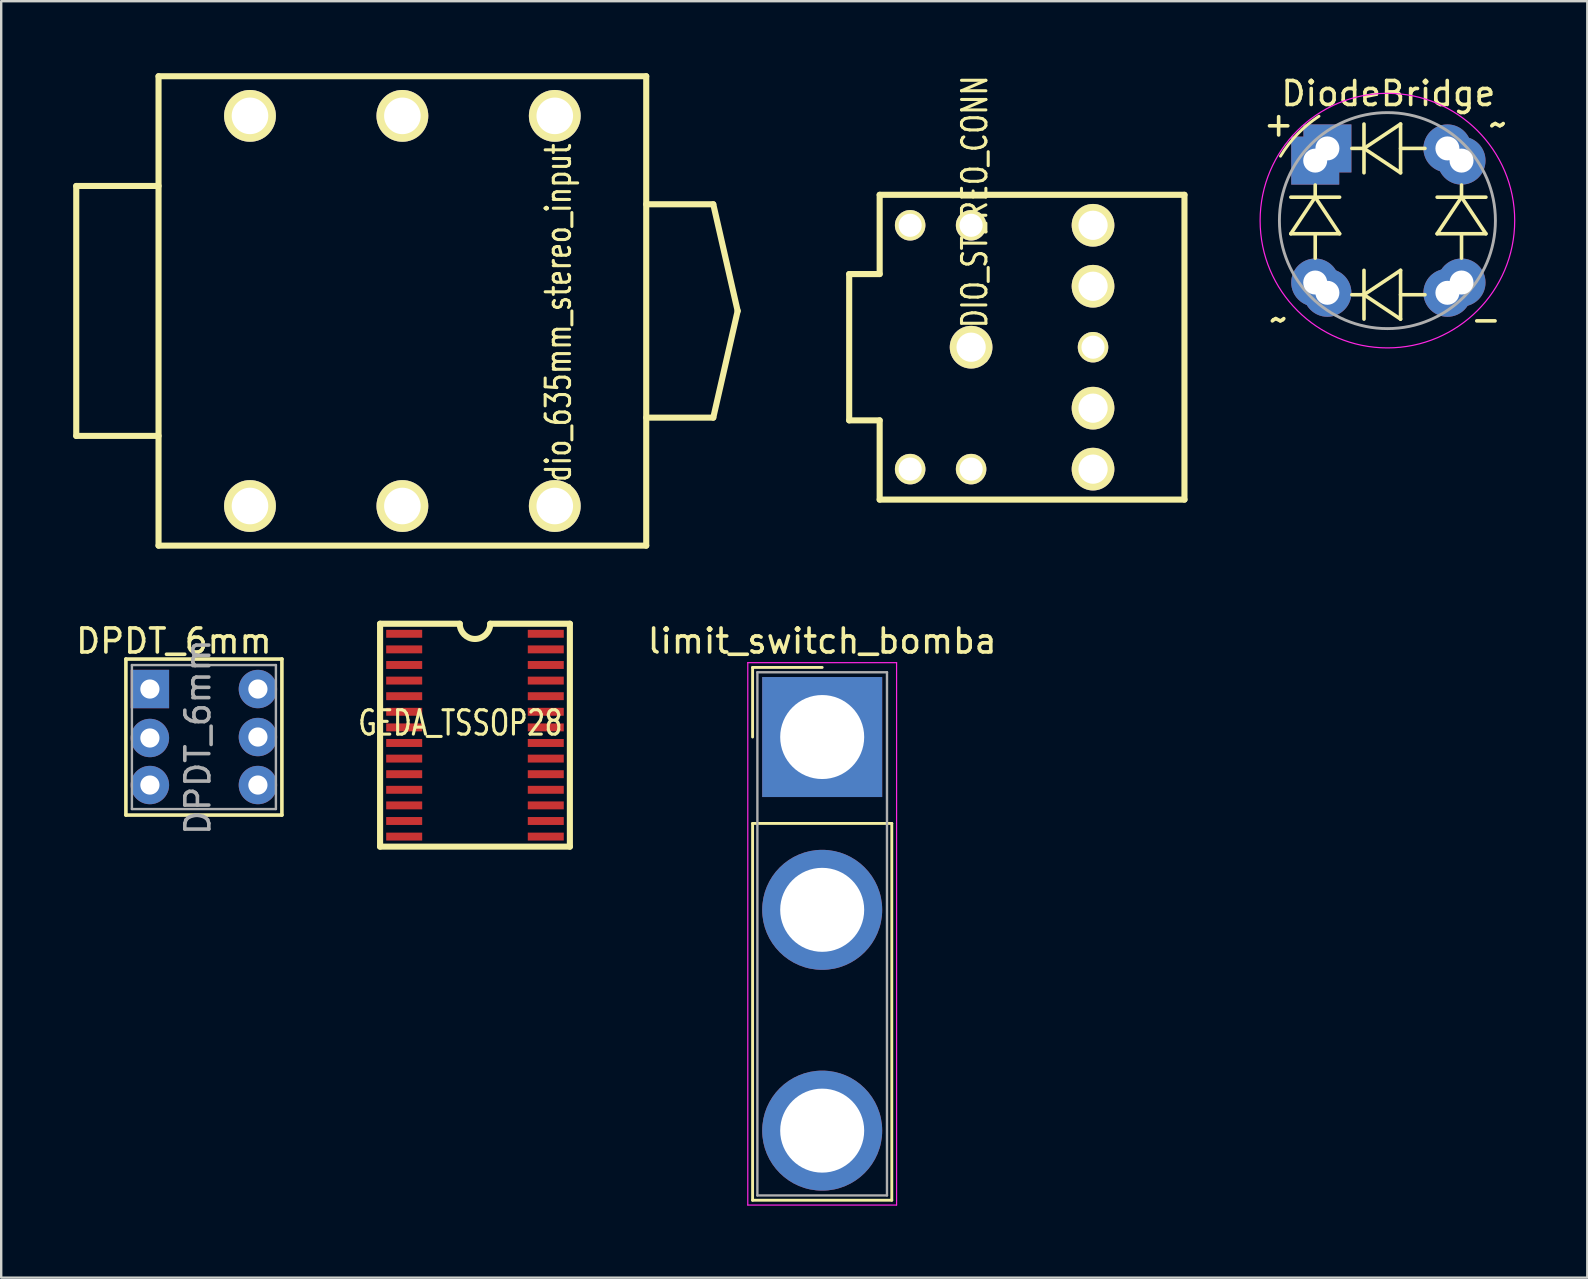
<source format=kicad_pcb>
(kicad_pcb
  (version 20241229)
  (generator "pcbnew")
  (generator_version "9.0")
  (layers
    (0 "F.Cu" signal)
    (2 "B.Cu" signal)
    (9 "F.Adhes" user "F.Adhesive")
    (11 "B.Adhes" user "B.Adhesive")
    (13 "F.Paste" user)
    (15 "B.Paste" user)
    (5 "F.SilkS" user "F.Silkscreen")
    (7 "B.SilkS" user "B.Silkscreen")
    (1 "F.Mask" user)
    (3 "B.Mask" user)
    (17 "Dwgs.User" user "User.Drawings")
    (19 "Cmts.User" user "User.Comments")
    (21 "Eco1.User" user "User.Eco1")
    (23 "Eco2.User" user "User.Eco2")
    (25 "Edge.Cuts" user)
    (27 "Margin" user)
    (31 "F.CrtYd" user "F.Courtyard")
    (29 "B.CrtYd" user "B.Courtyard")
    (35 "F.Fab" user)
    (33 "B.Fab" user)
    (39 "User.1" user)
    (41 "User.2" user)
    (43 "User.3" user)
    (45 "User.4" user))
  (footprint "limit_switch_bomba"
    (layer "F.Cu")
    (at 31.208 27.66)
    (property "Reference" "limit_switch_bomba" (at 0 -4 0) (layer "F.SilkS") (effects (font (size 1 1) (thickness 0.15))))
    (attr through_hole)
    (fp_line (start -2.9 -2.9) (end 0 -2.9) (stroke (width 0.12) (type solid)) (layer "F.SilkS"))
    (fp_line (start -2.9 0) (end -2.9 -2.9) (stroke (width 0.12) (type solid)) (layer "F.SilkS"))
    (fp_line (start -2.9 3.6) (end -2.9 19.3) (stroke (width 0.12) (type solid)) (layer "F.SilkS"))
    (fp_line (start -2.9 19.3) (end 2.9 19.3) (stroke (width 0.12) (type solid)) (layer "F.SilkS"))
    (fp_line (start 2.9 3.6) (end -2.9 3.6) (stroke (width 0.12) (type solid)) (layer "F.SilkS"))
    (fp_line (start 2.9 19.3) (end 2.9 3.6) (stroke (width 0.12) (type solid)) (layer "F.SilkS"))
    (fp_line (start -3.1 -3.1) (end -3.1 19.5) (stroke (width 0.05) (type solid)) (layer "F.CrtYd"))
    (fp_line (start -3.1 19.5) (end 3.1 19.5) (stroke (width 0.05) (type solid)) (layer "F.CrtYd"))
    (fp_line (start 3.1 -3.1) (end -3.1 -3.1) (stroke (width 0.05) (type solid)) (layer "F.CrtYd"))
    (fp_line (start 3.1 19.5) (end 3.1 -3.1) (stroke (width 0.05) (type solid)) (layer "F.CrtYd"))
    (fp_line (start -2.7 -2.7) (end -2.7 19.1) (stroke (width 0.1) (type solid)) (layer "F.Fab"))
    (fp_line (start -2.7 19.1) (end 2.7 19.1) (stroke (width 0.1) (type solid)) (layer "F.Fab"))
    (fp_line (start 2.7 -2.7) (end -2.7 -2.7) (stroke (width 0.1) (type solid)) (layer "F.Fab"))
    (fp_line (start 2.7 19.1) (end 2.7 -2.7) (stroke (width 0.1) (type solid)) (layer "F.Fab"))
    (pad "1" thru_hole oval (at 0 16.4) (size 5 5) (drill 3.5) (layers "*.Cu" "*.Mask"))
    (pad "2" thru_hole rect (at 0 0) (size 5 5) (drill 3.5) (layers "*.Cu" "*.Mask"))
    (pad "3" thru_hole oval (at 0 7.2) (size 5 5) (drill 3.5) (layers "*.Cu" "*.Mask")))
  (footprint "DiodeBridge"
    (layer "F.Cu")
    (at 52.259 3.642)
    (property "Reference" "DiodeBridge" (at 2.54 -2.794 0) (layer "F.SilkS") (effects (font (size 1 1) (thickness 0.15))))
    (attr through_hole)
    (fp_line (start -1.524 1.524) (end 0.508 1.524) (stroke (width 0.15) (type solid)) (layer "F.SilkS"))
    (fp_line (start -1.524 3.048) (end 0.508 3.048) (stroke (width 0.15) (type solid)) (layer "F.SilkS"))
    (fp_line (start -0.508 1.524) (end -1.524 3.048) (stroke (width 0.15) (type solid)) (layer "F.SilkS"))
    (fp_line (start -0.508 1.524) (end -0.508 1.016) (stroke (width 0.15) (type solid)) (layer "F.SilkS"))
    (fp_line (start -0.508 3.048) (end -0.508 4.064) (stroke (width 0.15) (type solid)) (layer "F.SilkS"))
    (fp_line (start 0.508 3.048) (end -0.508 1.524) (stroke (width 0.15) (type solid)) (layer "F.SilkS"))
    (fp_line (start 1.524 -0.508) (end 1.016 -0.508) (stroke (width 0.15) (type solid)) (layer "F.SilkS"))
    (fp_line (start 1.524 -0.508) (end 3.048 0.508) (stroke (width 0.15) (type solid)) (layer "F.SilkS"))
    (fp_line (start 1.524 0.508) (end 1.524 -1.524) (stroke (width 0.15) (type solid)) (layer "F.SilkS"))
    (fp_line (start 1.524 5.588) (end 1.016 5.588) (stroke (width 0.15) (type solid)) (layer "F.SilkS"))
    (fp_line (start 1.524 5.588) (end 3.048 6.604) (stroke (width 0.15) (type solid)) (layer "F.SilkS"))
    (fp_line (start 1.524 6.604) (end 1.524 4.572) (stroke (width 0.15) (type solid)) (layer "F.SilkS"))
    (fp_line (start 3.048 -1.524) (end 1.524 -0.508) (stroke (width 0.15) (type solid)) (layer "F.SilkS"))
    (fp_line (start 3.048 -0.508) (end 4.064 -0.508) (stroke (width 0.15) (type solid)) (layer "F.SilkS"))
    (fp_line (start 3.048 0.508) (end 3.048 -1.524) (stroke (width 0.15) (type solid)) (layer "F.SilkS"))
    (fp_line (start 3.048 4.572) (end 1.524 5.588) (stroke (width 0.15) (type solid)) (layer "F.SilkS"))
    (fp_line (start 3.048 5.588) (end 4.064 5.588) (stroke (width 0.15) (type solid)) (layer "F.SilkS"))
    (fp_line (start 3.048 6.604) (end 3.048 4.572) (stroke (width 0.15) (type solid)) (layer "F.SilkS"))
    (fp_line (start 4.572 1.524) (end 6.604 1.524) (stroke (width 0.15) (type solid)) (layer "F.SilkS"))
    (fp_line (start 4.572 3.048) (end 6.604 3.048) (stroke (width 0.15) (type solid)) (layer "F.SilkS"))
    (fp_line (start 5.588 1.524) (end 4.572 3.048) (stroke (width 0.15) (type solid)) (layer "F.SilkS"))
    (fp_line (start 5.588 1.524) (end 5.588 1.016) (stroke (width 0.15) (type solid)) (layer "F.SilkS"))
    (fp_line (start 5.588 3.048) (end 5.588 4.064) (stroke (width 0.15) (type solid)) (layer "F.SilkS"))
    (fp_line (start 6.604 3.048) (end 5.588 1.524) (stroke (width 0.15) (type solid)) (layer "F.SilkS"))
    (fp_arc (start -1.954487 -0.183757) (mid -1.246061 -1.107219) (end -0.35 -1.85) (stroke (width 0.12) (type solid)) (layer "F.SilkS"))
    (fp_circle (center 2.5 2.5) (end -1.3 -1.2) (stroke (width 0.05) (type solid)) (fill no) (layer "F.CrtYd"))
    (fp_arc (start -2 2.5) (mid 7 2.5) (end -2 2.5) (stroke (width 0.12) (type solid)) (layer "F.Fab"))
    (fp_text user "+" (at -2.032 -1.524 0) (layer "F.SilkS") (effects (font (size 1 1) (thickness 0.15))))
    (fp_text user "-" (at 6.604 6.604 0) (layer "F.SilkS") (effects (font (size 1 1) (thickness 0.15))))
    (fp_text user "~" (at -2.032 6.604 0) (layer "F.SilkS") (effects (font (size 1 1) (thickness 0.15))))
    (fp_text user "~" (at 7.112 -1.524 0) (layer "F.SilkS") (effects (font (size 1 1) (thickness 0.15))))
    (pad "1" thru_hole rect (at -0.508 0) (size 2 2) (drill 1) (layers "*.Cu" "*.Mask"))
    (pad "1" thru_hole rect (at 0 -0.508) (size 2 2) (drill 1) (layers "*.Cu" "*.Mask"))
    (pad "2" thru_hole oval (at -0.508 5.08) (size 2 2) (drill 1) (layers "*.Cu" "*.Mask"))
    (pad "2" thru_hole oval (at 0 5.508) (size 2 2) (drill 1) (layers "*.Cu" "*.Mask"))
    (pad "3" thru_hole oval (at 5 5.508) (size 2 2) (drill 1) (layers "*.Cu" "*.Mask"))
    (pad "3" thru_hole oval (at 5.588 5.08) (size 2 2) (drill 1) (layers "*.Cu" "*.Mask"))
    (pad "4" thru_hole oval (at 5 -0.508) (size 2 2) (drill 1) (layers "*.Cu" "*.Mask"))
    (pad "4" thru_hole oval (at 5.588 0) (size 2 2) (drill 1) (layers "*.Cu" "*.Mask")))
  (footprint "AUDIO_STEREO_CONN"
    (layer "F.Cu")
    (at 31.063 5.067)
    (property "Reference" "AUDIO_STEREO_CONN" (at 6.502 1.016 90) (layer "F.SilkS") (effects (font (size 1.016 0.762) (thickness 0.127))))
    (attr through_hole)
    (fp_line (start 1.27 3.302) (end 1.27 9.398) (stroke (width 0.254) (type solid)) (layer "F.SilkS"))
    (fp_line (start 1.27 9.398) (end 2.54 9.398) (stroke (width 0.254) (type solid)) (layer "F.SilkS"))
    (fp_line (start 2.54 0) (end 2.54 3.302) (stroke (width 0.254) (type solid)) (layer "F.SilkS"))
    (fp_line (start 2.54 3.302) (end 1.27 3.302) (stroke (width 0.254) (type solid)) (layer "F.SilkS"))
    (fp_line (start 2.54 9.398) (end 2.54 12.7) (stroke (width 0.254) (type solid)) (layer "F.SilkS"))
    (fp_line (start 2.54 12.7) (end 15.24 12.7) (stroke (width 0.254) (type solid)) (layer "F.SilkS"))
    (fp_line (start 15.24 0) (end 2.54 0) (stroke (width 0.254) (type solid)) (layer "F.SilkS"))
    (fp_line (start 15.24 12.7) (end 15.24 0) (stroke (width 0.254) (type solid)) (layer "F.SilkS"))
    (pad "1" thru_hole circle (at 6.35 6.35) (size 1.778 1.778) (drill 1.219) (layers "*.Cu" "*.Mask" "F.SilkS"))
    (pad "2" thru_hole circle (at 11.43 11.43) (size 1.778 1.778) (drill 1.219) (layers "*.Cu" "*.Mask" "F.SilkS"))
    (pad "3" thru_hole circle (at 11.43 1.27) (size 1.778 1.778) (drill 1.219) (layers "*.Cu" "*.Mask" "F.SilkS"))
    (pad "4" thru_hole circle (at 11.43 8.89) (size 1.778 1.778) (drill 1.219) (layers "*.Cu" "*.Mask" "F.SilkS"))
    (pad "5" thru_hole circle (at 11.43 3.81) (size 1.778 1.778) (drill 1.219) (layers "*.Cu" "*.Mask" "F.SilkS"))
    (pad "a1" thru_hole circle (at 6.35 1.27) (size 1.27 1.27) (drill 0.965) (layers "*.Cu" "*.Mask" "F.SilkS"))
    (pad "a2" thru_hole circle (at 6.35 11.43) (size 1.27 1.27) (drill 0.965) (layers "*.Cu" "*.Mask" "F.SilkS"))
    (pad "a3" thru_hole circle (at 3.81 1.27) (size 1.27 1.27) (drill 0.965) (layers "*.Cu" "*.Mask" "F.SilkS"))
    (pad "a4" thru_hole circle (at 3.81 11.43) (size 1.27 1.27) (drill 0.965) (layers "*.Cu" "*.Mask" "F.SilkS"))
    (pad "a5" thru_hole circle (at 11.43 6.35) (size 1.27 1.27) (drill 0.965) (layers "*.Cu" "*.Mask" "F.SilkS")))
  (footprint "GEDA_TSSOP28"
    (layer "F.Cu")
    (at 16.741 27.583)
    (property "Reference" "GEDA_TSSOP28" (at -0.61 -0.508 0) (layer "F.SilkS") (effects (font (size 1.016 0.762) (thickness 0.127))))
    (attr through_hole)
    (fp_line (start -3.954 -4.644) (end -3.954 4.644) (stroke (width 0.254) (type solid)) (layer "F.SilkS"))
    (fp_line (start -3.954 -4.644) (end -0.635 -4.644) (stroke (width 0.254) (type solid)) (layer "F.SilkS"))
    (fp_line (start -3.954 4.644) (end 3.954 4.644) (stroke (width 0.254) (type solid)) (layer "F.SilkS"))
    (fp_line (start 3.954 -4.644) (end 0.635 -4.644) (stroke (width 0.254) (type solid)) (layer "F.SilkS"))
    (fp_line (start 3.954 4.644) (end 3.954 -4.644) (stroke (width 0.254) (type solid)) (layer "F.SilkS"))
    (fp_arc (start 0.635 -4.643882) (mid 0 -4.008882) (end -0.635 -4.643882) (stroke (width 0.254) (type solid)) (layer "F.SilkS"))
    (pad "1" smd rect (at -2.95 -4.225) (size 1.5 0.33) (layers "F.Cu" "F.Mask" "F.Paste"))
    (pad "2" smd rect (at -2.95 -3.575) (size 1.5 0.33) (layers "F.Cu" "F.Mask" "F.Paste"))
    (pad "3" smd rect (at -2.95 -2.925) (size 1.5 0.33) (layers "F.Cu" "F.Mask" "F.Paste"))
    (pad "4" smd rect (at -2.95 -2.275) (size 1.5 0.33) (layers "F.Cu" "F.Mask" "F.Paste"))
    (pad "5" smd rect (at -2.95 -1.625) (size 1.5 0.33) (layers "F.Cu" "F.Mask" "F.Paste"))
    (pad "6" smd rect (at -2.95 -0.975) (size 1.5 0.33) (layers "F.Cu" "F.Mask" "F.Paste"))
    (pad "7" smd rect (at -2.95 -0.325) (size 1.5 0.33) (layers "F.Cu" "F.Mask" "F.Paste"))
    (pad "8" smd rect (at -2.95 0.325) (size 1.5 0.33) (layers "F.Cu" "F.Mask" "F.Paste"))
    (pad "9" smd rect (at -2.95 0.975) (size 1.5 0.33) (layers "F.Cu" "F.Mask" "F.Paste"))
    (pad "10" smd rect (at -2.95 1.625) (size 1.5 0.33) (layers "F.Cu" "F.Mask" "F.Paste"))
    (pad "11" smd rect (at -2.95 2.275) (size 1.5 0.33) (layers "F.Cu" "F.Mask" "F.Paste"))
    (pad "12" smd rect (at -2.95 2.925) (size 1.5 0.33) (layers "F.Cu" "F.Mask" "F.Paste"))
    (pad "13" smd rect (at -2.95 3.575) (size 1.5 0.33) (layers "F.Cu" "F.Mask" "F.Paste"))
    (pad "14" smd rect (at -2.95 4.225) (size 1.5 0.33) (layers "F.Cu" "F.Mask" "F.Paste"))
    (pad "15" smd rect (at 2.95 4.225 180) (size 1.5 0.33) (layers "F.Cu" "F.Mask" "F.Paste"))
    (pad "16" smd rect (at 2.95 3.575 180) (size 1.5 0.33) (layers "F.Cu" "F.Mask" "F.Paste"))
    (pad "17" smd rect (at 2.95 2.925 180) (size 1.5 0.33) (layers "F.Cu" "F.Mask" "F.Paste"))
    (pad "18" smd rect (at 2.95 2.275 180) (size 1.5 0.33) (layers "F.Cu" "F.Mask" "F.Paste"))
    (pad "19" smd rect (at 2.95 1.625 180) (size 1.5 0.33) (layers "F.Cu" "F.Mask" "F.Paste"))
    (pad "20" smd rect (at 2.95 0.975 180) (size 1.5 0.33) (layers "F.Cu" "F.Mask" "F.Paste"))
    (pad "21" smd rect (at 2.95 0.325 180) (size 1.5 0.33) (layers "F.Cu" "F.Mask" "F.Paste"))
    (pad "22" smd rect (at 2.95 -0.325 180) (size 1.5 0.33) (layers "F.Cu" "F.Mask" "F.Paste"))
    (pad "23" smd rect (at 2.95 -0.975 180) (size 1.5 0.33) (layers "F.Cu" "F.Mask" "F.Paste"))
    (pad "24" smd rect (at 2.95 -1.625 180) (size 1.5 0.33) (layers "F.Cu" "F.Mask" "F.Paste"))
    (pad "25" smd rect (at 2.95 -2.275 180) (size 1.5 0.33) (layers "F.Cu" "F.Mask" "F.Paste"))
    (pad "26" smd rect (at 2.95 -2.925 180) (size 1.5 0.33) (layers "F.Cu" "F.Mask" "F.Paste"))
    (pad "27" smd rect (at 2.95 -3.575 180) (size 1.5 0.33) (layers "F.Cu" "F.Mask" "F.Paste"))
    (pad "28" smd rect (at 2.95 -4.225 180) (size 1.5 0.33) (layers "F.Cu" "F.Mask" "F.Paste")))
  (footprint "DPDT_6mm"
    (layer "F.Cu")
    (at 3.196 25.66)
    (property "Reference" "DPDT_6mm" (at 1 -2 0) (layer "F.SilkS") (effects (font (size 1 1) (thickness 0.15))))
    (attr through_hole)
    (fp_line (start -1 -1.25) (end 5.5 -1.25) (stroke (width 0.15) (type solid)) (layer "F.SilkS"))
    (fp_line (start -1 5.25) (end -1 -1.25) (stroke (width 0.15) (type solid)) (layer "F.SilkS"))
    (fp_line (start 5.5 -1.25) (end 5.5 5.25) (stroke (width 0.15) (type solid)) (layer "F.SilkS"))
    (fp_line (start 5.5 5.25) (end -1 5.25) (stroke (width 0.15) (type solid)) (layer "F.SilkS"))
    (fp_line (start -0.75 -1) (end 5.25 -1) (stroke (width 0.1) (type solid)) (layer "F.Fab"))
    (fp_line (start -0.75 5) (end -0.75 -1) (stroke (width 0.1) (type solid)) (layer "F.Fab"))
    (fp_line (start -0.75 5) (end 5.25 5) (stroke (width 0.1) (type solid)) (layer "F.Fab"))
    (fp_line (start 5.25 -1) (end 5.25 5) (stroke (width 0.1) (type solid)) (layer "F.Fab"))
    (fp_text user "${REFERENCE}" (at 2 2 90) (layer "F.Fab") (effects (font (size 1 1) (thickness 0.15))))
    (pad "1" thru_hole rect (at 0 0) (size 1.6 1.6) (drill 0.8) (layers "*.Cu" "*.Mask"))
    (pad "2" thru_hole oval (at 0 2.04) (size 1.6 1.6) (drill 0.8) (layers "*.Cu" "*.Mask"))
    (pad "3" thru_hole oval (at 0 4) (size 1.6 1.6) (drill 0.8) (layers "*.Cu" "*.Mask"))
    (pad "4" thru_hole oval (at 4.5 4) (size 1.6 1.6) (drill 0.8) (layers "*.Cu" "*.Mask"))
    (pad "5" thru_hole oval (at 4.5 2) (size 1.6 1.6) (drill 0.8) (layers "*.Cu" "*.Mask"))
    (pad "6" thru_hole oval (at 4.5 0) (size 1.6 1.6) (drill 0.8) (layers "*.Cu" "*.Mask")))
  (footprint "audio_635mm_stereo_input"
    (layer "F.Cu")
    (at 13.716 9.652)
    (property "Reference" "audio_635mm_stereo_input" (at 6.502 1.016 90) (layer "F.SilkS") (effects (font (size 1.016 0.762) (thickness 0.127))))
    (attr through_hole)
    (fp_line (start -13.589 -4.953) (end -13.589 5.461) (stroke (width 0.254) (type solid)) (layer "F.SilkS"))
    (fp_line (start -13.589 5.461) (end -10.16 5.461) (stroke (width 0.254) (type solid)) (layer "F.SilkS"))
    (fp_line (start -10.16 -9.525) (end -10.16 10.033) (stroke (width 0.254) (type solid)) (layer "F.SilkS"))
    (fp_line (start -10.16 -4.953) (end -13.589 -4.953) (stroke (width 0.254) (type solid)) (layer "F.SilkS"))
    (fp_line (start -10.16 10.033) (end 10.16 10.033) (stroke (width 0.254) (type solid)) (layer "F.SilkS"))
    (fp_line (start 10.16 -9.525) (end -10.16 -9.525) (stroke (width 0.254) (type solid)) (layer "F.SilkS"))
    (fp_line (start 10.16 4.699) (end 12.954 4.699) (stroke (width 0.254) (type solid)) (layer "F.SilkS"))
    (fp_line (start 10.16 10.033) (end 10.16 -9.525) (stroke (width 0.254) (type solid)) (layer "F.SilkS"))
    (fp_line (start 12.954 -4.191) (end 10.16 -4.191) (stroke (width 0.254) (type solid)) (layer "F.SilkS"))
    (fp_line (start 12.954 4.699) (end 13.97 0.254) (stroke (width 0.254) (type solid)) (layer "F.SilkS"))
    (fp_line (start 13.97 0.254) (end 12.954 -4.191) (stroke (width 0.254) (type solid)) (layer "F.SilkS"))
    (pad "1" thru_hole circle (at -6.35 8.382) (size 2.159 2.159) (drill 1.524) (layers "*.Cu" "*.Mask" "F.SilkS"))
    (pad "2" thru_hole circle (at 6.35 8.382) (size 2.159 2.159) (drill 1.524) (layers "*.Cu" "*.Mask" "F.SilkS"))
    (pad "3" thru_hole circle (at 0 8.382) (size 2.159 2.159) (drill 1.524) (layers "*.Cu" "*.Mask" "F.SilkS"))
    (pad "4" thru_hole circle (at -6.35 -7.874) (size 2.159 2.159) (drill 1.524) (layers "*.Cu" "*.Mask" "F.SilkS"))
    (pad "5" thru_hole circle (at 6.35 -7.874) (size 2.159 2.159) (drill 1.524) (layers "*.Cu" "*.Mask" "F.SilkS"))
    (pad "6" thru_hole circle (at 0 -7.874) (size 2.159 2.159) (drill 1.524) (layers "*.Cu" "*.Mask" "F.SilkS")))
  (gr_rect
    (start -3 -3)
    (end 63.088 50.185)
    (stroke (width 0.1) (type default))
    (fill no)
    (layer "Edge.Cuts")))
</source>
